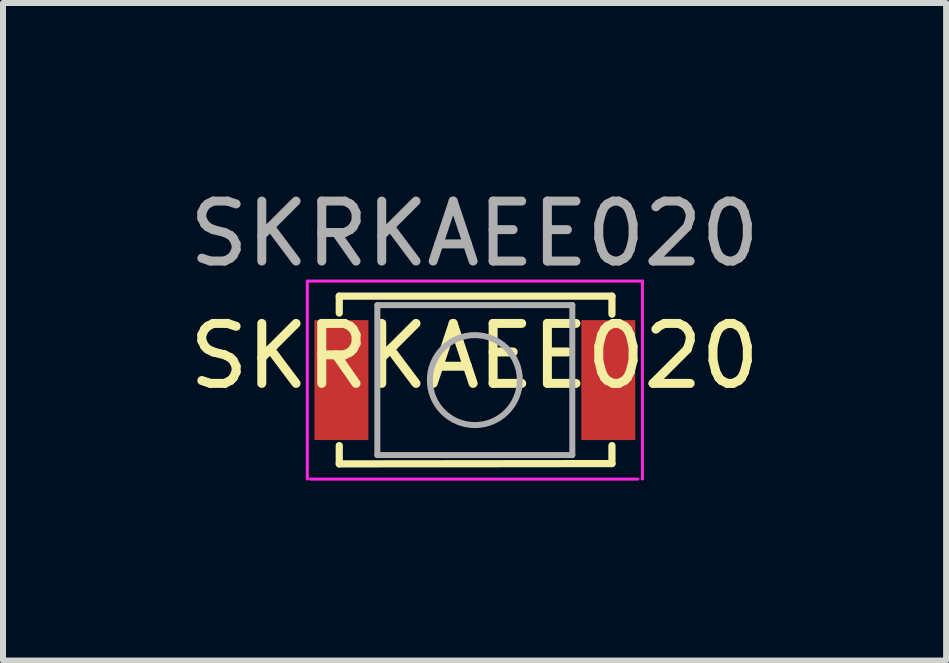
<source format=kicad_pcb>
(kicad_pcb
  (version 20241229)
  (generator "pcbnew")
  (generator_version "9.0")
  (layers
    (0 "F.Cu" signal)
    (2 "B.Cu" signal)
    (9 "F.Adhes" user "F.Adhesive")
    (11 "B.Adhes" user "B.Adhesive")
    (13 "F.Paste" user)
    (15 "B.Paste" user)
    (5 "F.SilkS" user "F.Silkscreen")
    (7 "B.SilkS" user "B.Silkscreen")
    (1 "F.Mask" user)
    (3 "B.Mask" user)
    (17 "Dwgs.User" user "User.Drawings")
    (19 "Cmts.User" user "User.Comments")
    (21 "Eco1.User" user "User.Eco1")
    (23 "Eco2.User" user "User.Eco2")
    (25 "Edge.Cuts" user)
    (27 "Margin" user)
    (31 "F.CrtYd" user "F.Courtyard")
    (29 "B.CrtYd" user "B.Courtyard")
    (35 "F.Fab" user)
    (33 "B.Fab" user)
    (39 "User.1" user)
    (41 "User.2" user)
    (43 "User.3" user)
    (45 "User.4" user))
  (footprint "SKRKAEE020"
    (layer "F.Cu")
    (at 4.863 3.388)
    (property "Reference" "SKRKAEE020" (at 0 -0.5 0) (unlocked yes) (layer "F.SilkS") (effects (font (size 1 1) (thickness 0.15))))
    (attr smd)
    (fp_line (start -2.256 -1.5) (end 2.291 -1.5) (stroke (width 0.12) (type solid)) (layer "F.SilkS"))
    (fp_line (start -2.256 -1.218) (end -2.256 -1.5) (stroke (width 0.12) (type solid)) (layer "F.SilkS"))
    (fp_line (start -2.256 0.992) (end -2.256 1.297) (stroke (width 0.12) (type solid)) (layer "F.SilkS"))
    (fp_line (start -2.256 1.297) (end 2.291 1.292) (stroke (width 0.12) (type solid)) (layer "F.SilkS"))
    (fp_line (start 2.291 -1.5) (end 2.291 -1.2) (stroke (width 0.12) (type solid)) (layer "F.SilkS"))
    (fp_line (start 2.291 1.292) (end 2.291 0.992) (stroke (width 0.12) (type solid)) (layer "F.SilkS"))
    (fp_line (start -2.789 -1.751) (end -2.789 1.549) (stroke (width 0.05) (type solid)) (layer "F.CrtYd"))
    (fp_line (start -2.738 1.551) (end 2.723 1.551) (stroke (width 0.05) (type solid)) (layer "F.CrtYd"))
    (fp_line (start 2.799 -1.751) (end -2.789 -1.751) (stroke (width 0.05) (type solid)) (layer "F.CrtYd"))
    (fp_line (start 2.799 1.549) (end 2.799 -1.751) (stroke (width 0.05) (type solid)) (layer "F.CrtYd"))
    (fp_line (start -1.621 -1.35) (end 1.63 -1.35) (stroke (width 0.1) (type solid)) (layer "F.Fab"))
    (fp_line (start -1.621 1.15) (end -1.621 -1.35) (stroke (width 0.1) (type solid)) (layer "F.Fab"))
    (fp_line (start 1.63 -1.35) (end 1.63 1.15) (stroke (width 0.1) (type solid)) (layer "F.Fab"))
    (fp_line (start 1.63 1.15) (end -1.621 1.15) (stroke (width 0.1) (type solid)) (layer "F.Fab"))
    (fp_circle (center 0.005 -0.1) (end 0.755 -0.1) (stroke (width 0.1) (type solid)) (fill no) (layer "F.Fab"))
    (fp_text user "${REFERENCE}" (at 0 -2.54 0) (unlocked yes) (layer "F.Fab") (effects (font (size 1 1) (thickness 0.15))))
    (pad "1" smd rect (at -2.22 -0.1) (size 0.9 2) (layers "F.Cu" "F.Mask" "F.Paste"))
    (pad "2" smd rect (at 2.23 -0.1) (size 0.9 2) (layers "F.Cu" "F.Mask" "F.Paste")))
  (gr_rect
    (start -3 -3)
    (end 12.726 7.964)
    (stroke (width 0.1) (type default))
    (fill no)
    (layer "Edge.Cuts")))
</source>
